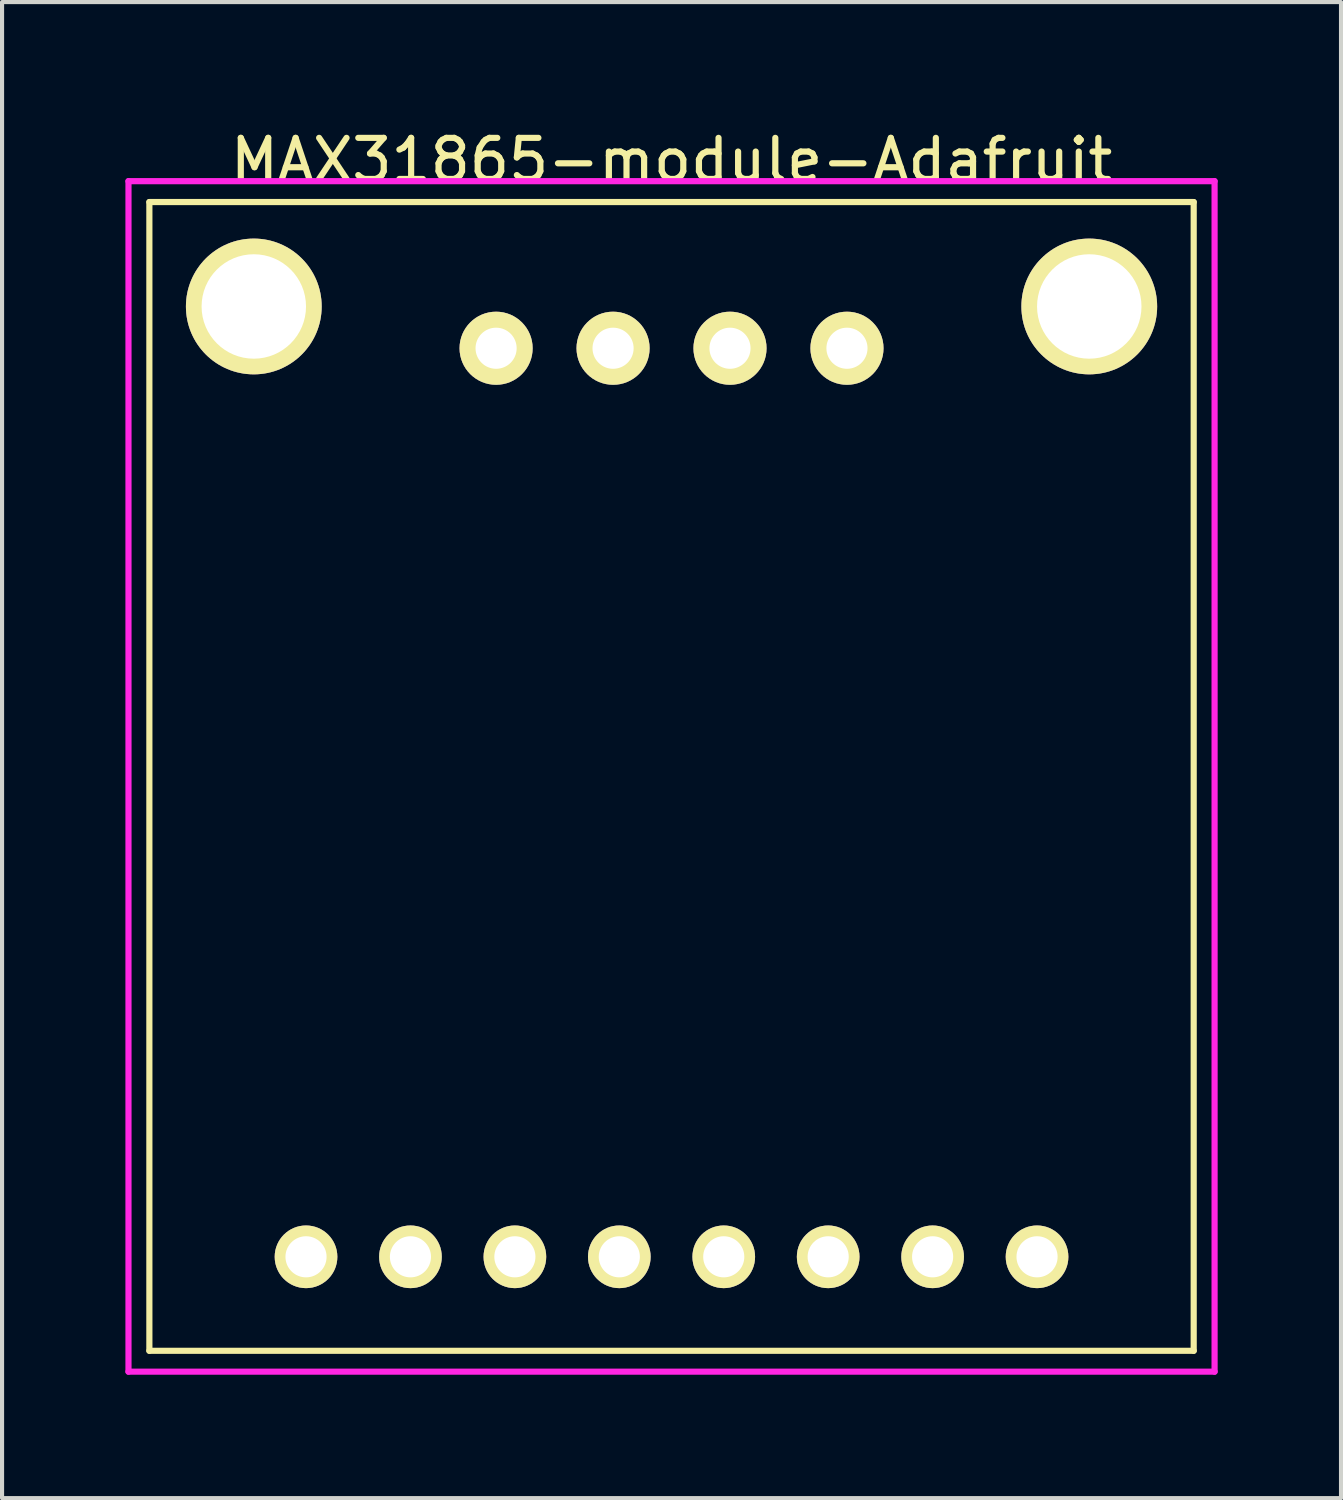
<source format=kicad_pcb>
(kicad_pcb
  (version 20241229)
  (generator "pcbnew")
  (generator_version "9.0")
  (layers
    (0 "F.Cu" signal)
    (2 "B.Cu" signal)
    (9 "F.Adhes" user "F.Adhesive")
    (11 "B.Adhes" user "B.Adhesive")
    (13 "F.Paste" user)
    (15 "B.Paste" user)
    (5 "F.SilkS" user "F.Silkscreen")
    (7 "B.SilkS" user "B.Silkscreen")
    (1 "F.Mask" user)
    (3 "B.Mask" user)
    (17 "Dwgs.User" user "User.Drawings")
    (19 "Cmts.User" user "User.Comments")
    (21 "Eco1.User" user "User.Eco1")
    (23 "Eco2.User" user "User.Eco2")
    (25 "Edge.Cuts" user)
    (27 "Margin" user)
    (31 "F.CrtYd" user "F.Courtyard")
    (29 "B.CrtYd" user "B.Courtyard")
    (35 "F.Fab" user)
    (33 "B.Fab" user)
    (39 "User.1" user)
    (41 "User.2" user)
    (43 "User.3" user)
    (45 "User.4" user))
  (footprint "MAX31865-module-Adafruit"
    (layer "F.Cu")
    (at 13.283 17.104)
    (property "Reference" "MAX31865-module-Adafruit" (at 0 -16.256 0) (layer "F.SilkS") (effects (font (size 1 1) (thickness 0.15))))
    (attr through_hole)
    (fp_line (start -12.7 -15.24) (end 12.7 -15.24) (stroke (width 0.15) (type solid)) (layer "F.SilkS"))
    (fp_line (start -12.7 12.7) (end -12.7 -15.24) (stroke (width 0.15) (type solid)) (layer "F.SilkS"))
    (fp_line (start 12.7 -15.24) (end 12.7 12.7) (stroke (width 0.15) (type solid)) (layer "F.SilkS"))
    (fp_line (start 12.7 12.7) (end -12.7 12.7) (stroke (width 0.15) (type solid)) (layer "F.SilkS"))
    (fp_line (start -13.208 -15.748) (end 13.208 -15.748) (stroke (width 0.15) (type solid)) (layer "F.CrtYd"))
    (fp_line (start -13.208 13.208) (end -13.208 -15.748) (stroke (width 0.15) (type solid)) (layer "F.CrtYd"))
    (fp_line (start 13.208 -15.748) (end 13.208 13.208) (stroke (width 0.15) (type solid)) (layer "F.CrtYd"))
    (fp_line (start 13.208 13.208) (end -13.208 13.208) (stroke (width 0.15) (type solid)) (layer "F.CrtYd"))
    (pad "" thru_hole circle (at -10.16 -12.7) (size 3.302 3.302) (drill 2.54) (layers "*.Cu" "*.Mask" "F.SilkS"))
    (pad "" thru_hole circle (at 10.16 -12.7) (size 3.302 3.302) (drill 2.54) (layers "*.Cu" "*.Mask" "F.SilkS"))
    (pad "1" thru_hole circle (at -8.89 10.414) (size 1.524 1.524) (drill 1) (layers "*.Cu" "*.Mask" "F.SilkS"))
    (pad "2" thru_hole circle (at -6.35 10.414) (size 1.524 1.524) (drill 1) (layers "*.Cu" "*.Mask" "F.SilkS"))
    (pad "3" thru_hole circle (at -3.81 10.414) (size 1.524 1.524) (drill 1) (layers "*.Cu" "*.Mask" "F.SilkS"))
    (pad "4" thru_hole circle (at -1.27 10.414) (size 1.524 1.524) (drill 1) (layers "*.Cu" "*.Mask" "F.SilkS"))
    (pad "5" thru_hole circle (at 1.27 10.414) (size 1.524 1.524) (drill 1) (layers "*.Cu" "*.Mask" "F.SilkS"))
    (pad "6" thru_hole circle (at 3.81 10.414) (size 1.524 1.524) (drill 1) (layers "*.Cu" "*.Mask" "F.SilkS"))
    (pad "7" thru_hole circle (at 6.35 10.414) (size 1.524 1.524) (drill 1) (layers "*.Cu" "*.Mask" "F.SilkS"))
    (pad "8" thru_hole circle (at 8.89 10.414) (size 1.524 1.524) (drill 1) (layers "*.Cu" "*.Mask" "F.SilkS"))
    (pad "9" thru_hole circle (at -4.267 -11.684) (size 1.778 1.778) (drill 1) (layers "*.Cu" "*.Mask" "F.SilkS"))
    (pad "10" thru_hole circle (at -1.422 -11.684) (size 1.778 1.778) (drill 1) (layers "*.Cu" "*.Mask" "F.SilkS"))
    (pad "11" thru_hole circle (at 1.422 -11.684) (size 1.778 1.778) (drill 1) (layers "*.Cu" "*.Mask" "F.SilkS"))
    (pad "12" thru_hole circle (at 4.267 -11.684) (size 1.778 1.778) (drill 1) (layers "*.Cu" "*.Mask" "F.SilkS")))
  (gr_rect
    (start -3 -3)
    (end 29.566 33.387)
    (stroke (width 0.1) (type default))
    (fill no)
    (layer "Edge.Cuts")))
</source>
